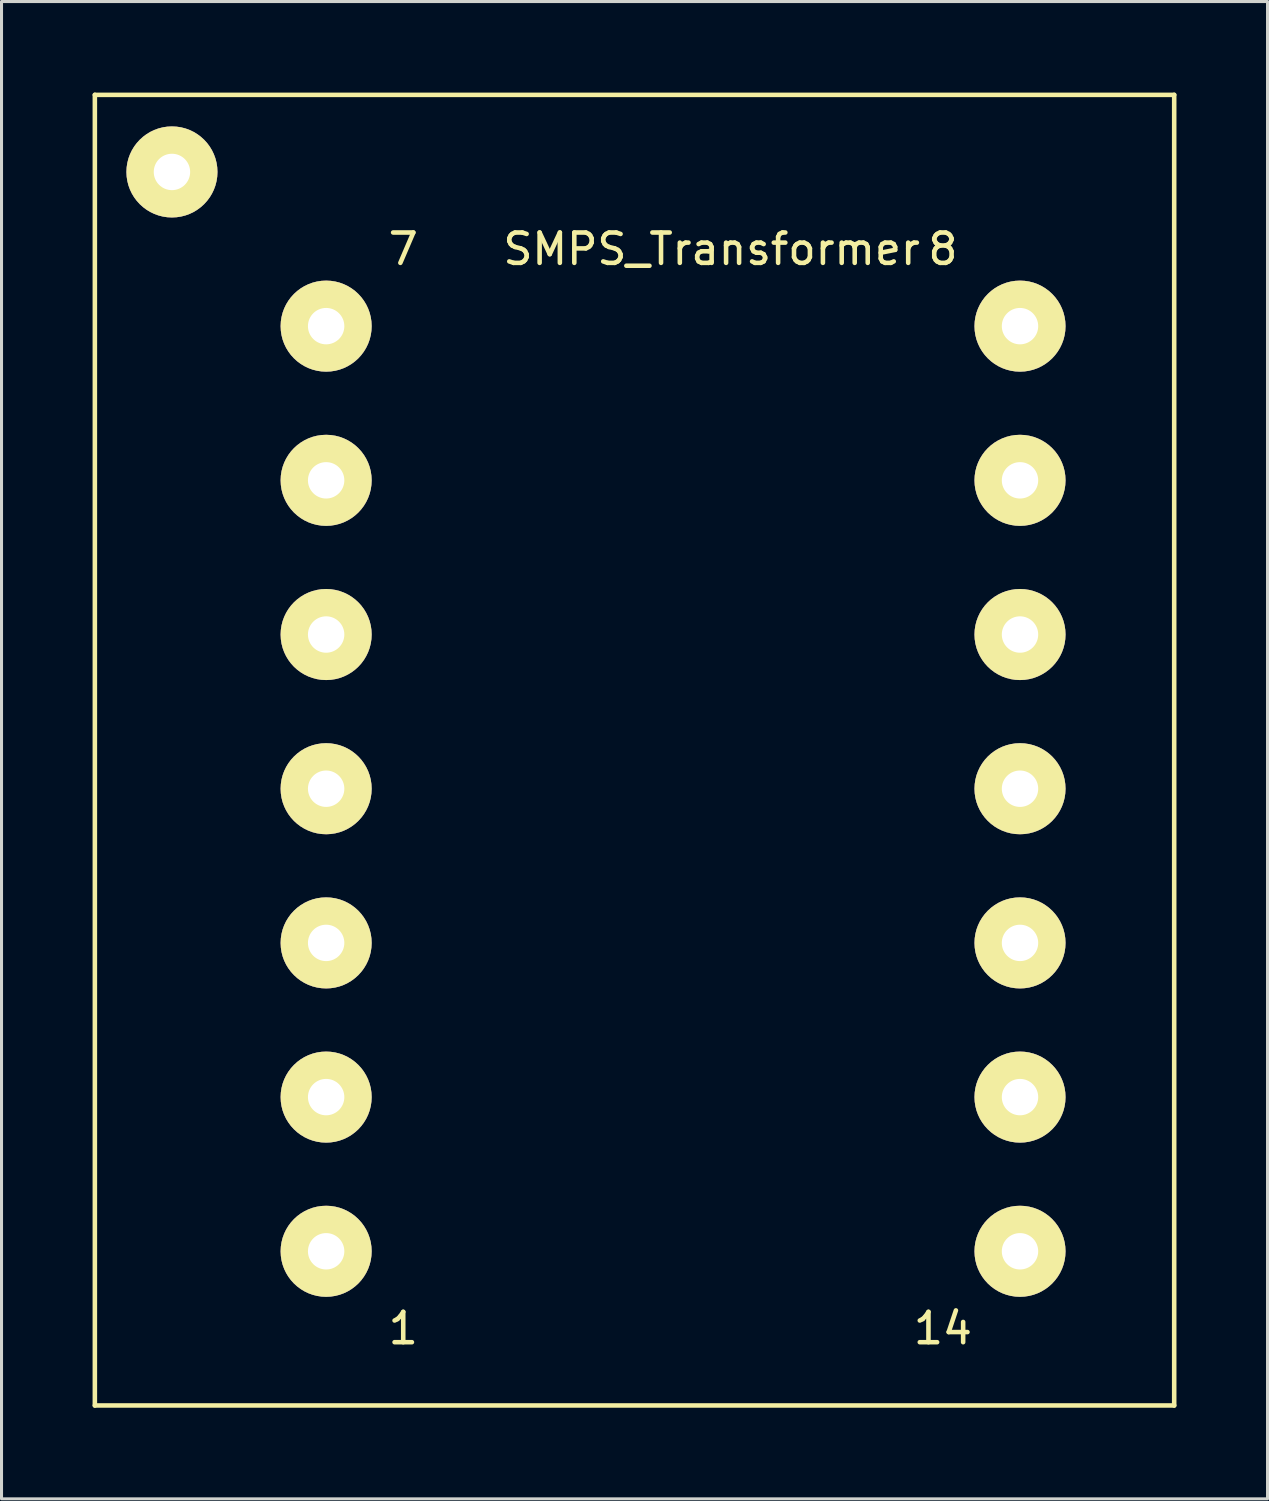
<source format=kicad_pcb>
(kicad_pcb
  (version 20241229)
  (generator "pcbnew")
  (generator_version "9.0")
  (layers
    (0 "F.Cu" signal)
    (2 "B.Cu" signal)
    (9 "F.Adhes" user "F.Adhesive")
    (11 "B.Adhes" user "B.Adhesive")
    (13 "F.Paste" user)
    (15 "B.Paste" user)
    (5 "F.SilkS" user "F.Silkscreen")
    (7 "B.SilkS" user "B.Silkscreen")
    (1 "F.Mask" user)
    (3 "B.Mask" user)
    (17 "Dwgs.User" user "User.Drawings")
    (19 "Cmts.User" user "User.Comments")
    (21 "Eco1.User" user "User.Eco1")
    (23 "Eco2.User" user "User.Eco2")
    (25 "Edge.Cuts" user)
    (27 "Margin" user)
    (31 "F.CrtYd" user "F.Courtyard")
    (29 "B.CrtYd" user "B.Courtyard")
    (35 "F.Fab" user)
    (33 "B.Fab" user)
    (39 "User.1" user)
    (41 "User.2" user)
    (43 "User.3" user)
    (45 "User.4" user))
  (footprint "SMPS_Transformer"
    (layer "F.Cu")
    (at 20.395 22.935)
    (property "Reference" "SMPS_Transformer" (at 0 -17.78 0) (layer "F.SilkS") (effects (font (size 1 1) (thickness 0.15))))
    (attr through_hole)
    (fp_line (start -20.32 -22.86) (end 15.24 -22.86) (stroke (width 0.15) (type solid)) (layer "F.SilkS"))
    (fp_line (start -20.32 20.32) (end -20.32 -22.86) (stroke (width 0.15) (type solid)) (layer "F.SilkS"))
    (fp_line (start 15.24 -22.86) (end 15.24 20.32) (stroke (width 0.15) (type solid)) (layer "F.SilkS"))
    (fp_line (start 15.24 20.32) (end -20.32 20.32) (stroke (width 0.15) (type solid)) (layer "F.SilkS"))
    (fp_text user "1" (at -10.16 17.78 0) (layer "F.SilkS") (effects (font (size 1 1) (thickness 0.15))))
    (fp_text user "14" (at 7.62 17.78 0) (layer "F.SilkS") (effects (font (size 1 1) (thickness 0.15))))
    (fp_text user "8" (at 7.62 -17.78 0) (layer "F.SilkS") (effects (font (size 1 1) (thickness 0.15))))
    (fp_text user "7" (at -10.16 -17.78 0) (layer "F.SilkS") (effects (font (size 1 1) (thickness 0.15))))
    (pad "1" thru_hole circle (at -12.7 15.24) (size 3 3) (drill 1.199) (layers "*.Cu" "*.Mask" "F.SilkS"))
    (pad "2" thru_hole circle (at -12.7 10.16) (size 3 3) (drill 1.199) (layers "*.Cu" "*.Mask" "F.SilkS"))
    (pad "3" thru_hole circle (at -12.7 5.08) (size 3 3) (drill 1.199) (layers "*.Cu" "*.Mask" "F.SilkS"))
    (pad "4" thru_hole circle (at -12.7 0) (size 3 3) (drill 1.199) (layers "*.Cu" "*.Mask" "F.SilkS"))
    (pad "5" thru_hole circle (at -12.7 -5.08) (size 3 3) (drill 1.199) (layers "*.Cu" "*.Mask" "F.SilkS"))
    (pad "6" thru_hole circle (at -12.7 -10.16) (size 3 3) (drill 1.199) (layers "*.Cu" "*.Mask" "F.SilkS"))
    (pad "7" thru_hole circle (at -12.7 -15.24) (size 3 3) (drill 1.199) (layers "*.Cu" "*.Mask" "F.SilkS"))
    (pad "8" thru_hole circle (at 10.16 -15.24) (size 3 3) (drill 1.199) (layers "*.Cu" "*.Mask" "F.SilkS"))
    (pad "9" thru_hole circle (at 10.16 -10.16) (size 3 3) (drill 1.199) (layers "*.Cu" "*.Mask" "F.SilkS"))
    (pad "10" thru_hole circle (at 10.16 -5.08) (size 3 3) (drill 1.199) (layers "*.Cu" "*.Mask" "F.SilkS"))
    (pad "11" thru_hole circle (at 10.16 0) (size 3 3) (drill 1.199) (layers "*.Cu" "*.Mask" "F.SilkS"))
    (pad "12" thru_hole circle (at 10.16 5.08) (size 3 3) (drill 1.199) (layers "*.Cu" "*.Mask" "F.SilkS"))
    (pad "13" thru_hole circle (at 10.16 10.16) (size 3 3) (drill 1.199) (layers "*.Cu" "*.Mask" "F.SilkS"))
    (pad "14" thru_hole circle (at 10.16 15.24) (size 3 3) (drill 1.199) (layers "*.Cu" "*.Mask" "F.SilkS"))
    (pad "15" thru_hole circle (at -17.78 -20.32) (size 3 3) (drill 1.199) (layers "*.Cu" "*.Mask" "F.SilkS")))
  (gr_rect
    (start -3 -3)
    (end 38.71 46.33)
    (stroke (width 0.1) (type default))
    (fill no)
    (layer "Edge.Cuts")))
</source>
